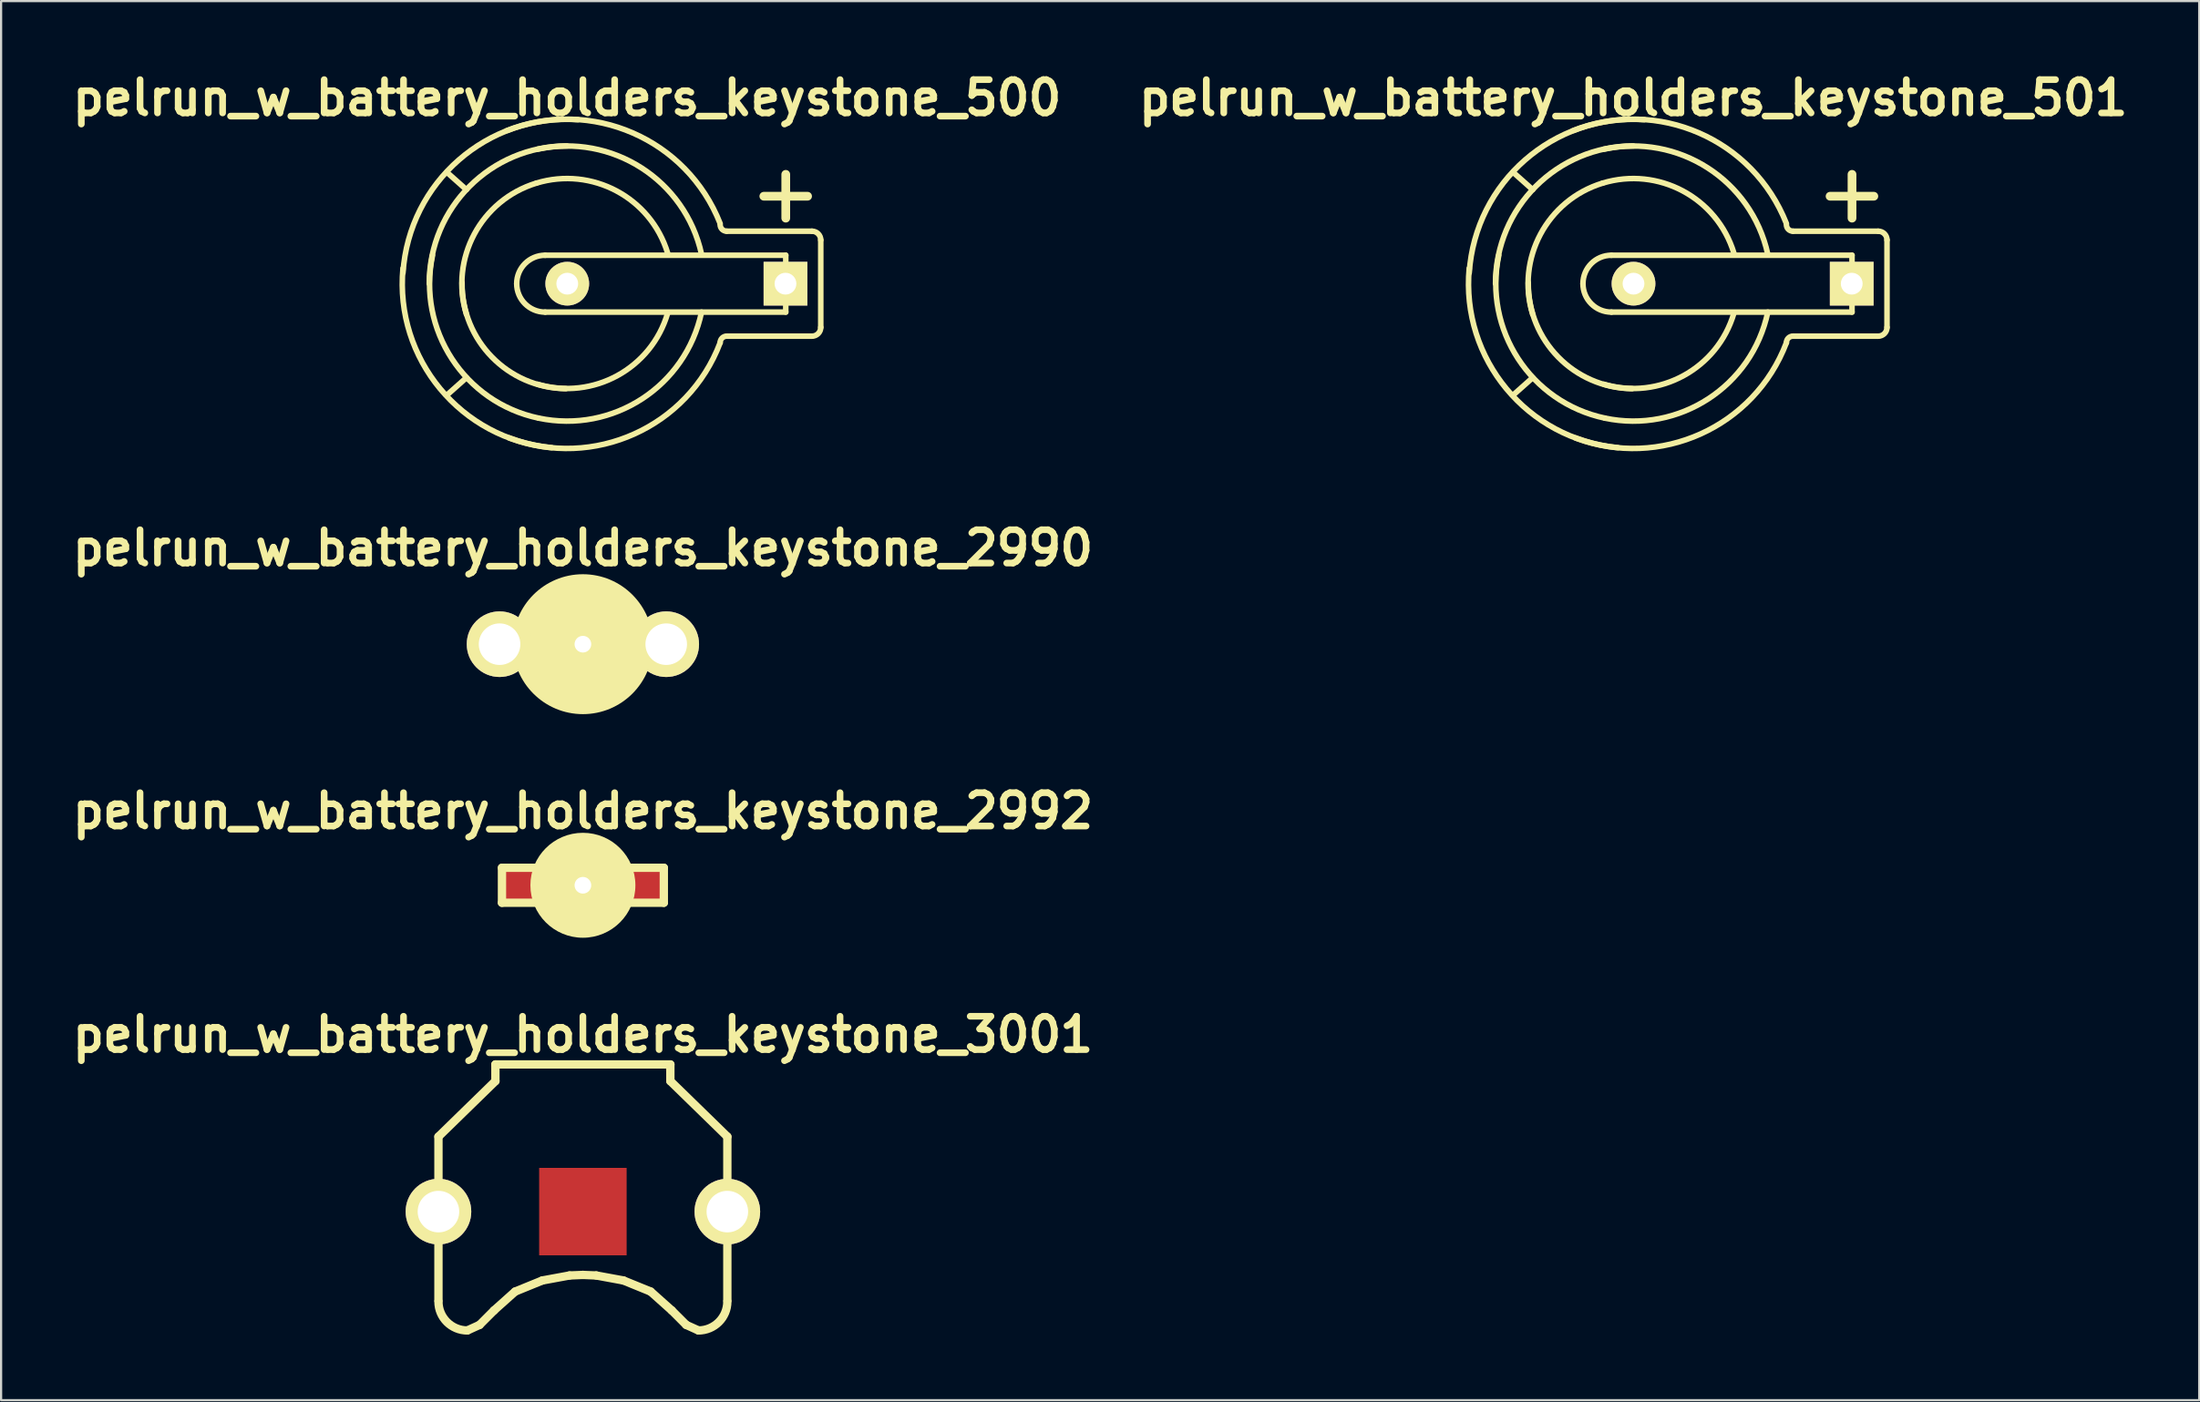
<source format=kicad_pcb>
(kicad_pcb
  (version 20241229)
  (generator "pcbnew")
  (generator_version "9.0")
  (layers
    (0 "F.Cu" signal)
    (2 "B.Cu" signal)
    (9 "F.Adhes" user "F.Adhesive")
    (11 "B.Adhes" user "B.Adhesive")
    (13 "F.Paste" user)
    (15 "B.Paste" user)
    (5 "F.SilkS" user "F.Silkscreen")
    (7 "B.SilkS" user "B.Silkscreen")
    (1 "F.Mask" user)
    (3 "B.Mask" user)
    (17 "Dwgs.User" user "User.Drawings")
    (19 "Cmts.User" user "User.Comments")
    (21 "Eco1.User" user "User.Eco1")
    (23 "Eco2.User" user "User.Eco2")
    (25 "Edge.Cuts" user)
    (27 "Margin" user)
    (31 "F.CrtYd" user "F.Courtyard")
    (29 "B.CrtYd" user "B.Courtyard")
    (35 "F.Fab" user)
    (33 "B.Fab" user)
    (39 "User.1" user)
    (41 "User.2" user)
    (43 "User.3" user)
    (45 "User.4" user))
  (footprint "pelrun_w_battery_holders_keystone_500"
    (layer "F.Cu")
    (at 22.875 9.925)
    (property "Reference" "pelrun_w_battery_holders_keystone_500" (at 0 -8.499 0) (layer "F.SilkS") (effects (font (size 1.524 1.524) (thickness 0.305))))
    (attr through_hole)
    (fp_line (start -5.499 -5.1) (end -4.6 -4.3) (stroke (width 0.254) (type solid)) (layer "F.SilkS"))
    (fp_line (start -5.499 5.1) (end -4.6 4.3) (stroke (width 0.254) (type solid)) (layer "F.SilkS"))
    (fp_line (start -1.001 -1.3) (end 10 -1.3) (stroke (width 0.254) (type solid)) (layer "F.SilkS"))
    (fp_line (start 8.997 -4) (end 10.998 -4) (stroke (width 0.399) (type solid)) (layer "F.SilkS"))
    (fp_line (start 10 -2.997) (end 10 -5.001) (stroke (width 0.399) (type solid)) (layer "F.SilkS"))
    (fp_line (start 10 -1.3) (end 10 1.3) (stroke (width 0.254) (type solid)) (layer "F.SilkS"))
    (fp_line (start 10 1.3) (end -1.001 1.3) (stroke (width 0.254) (type solid)) (layer "F.SilkS"))
    (fp_line (start 11.199 -2.4) (end 7.3 -2.4) (stroke (width 0.254) (type solid)) (layer "F.SilkS"))
    (fp_line (start 11.199 2.4) (end 7.3 2.4) (stroke (width 0.254) (type solid)) (layer "F.SilkS"))
    (fp_line (start 11.6 1.999) (end 11.6 -1.999) (stroke (width 0.254) (type solid)) (layer "F.SilkS"))
    (fp_arc (start -7.50062 -0.50038) (mid -4.949917 -5.657561) (end 0.50038 -7.50062) (stroke (width 0.254) (type solid)) (layer "F.SilkS"))
    (fp_arc (start -6.2992 0) (mid -4.454207 -4.454207) (end 0 -6.2992) (stroke (width 0.254) (type solid)) (layer "F.SilkS"))
    (fp_arc (start -4.59994 1.39954) (mid -4.242273 -2.263025) (end -1.39954 -4.59994) (stroke (width 0.254) (type solid)) (layer "F.SilkS"))
    (fp_arc (start -2.75082 -7.00024) (mid 3.004794 -6.895041) (end 7.00024 -2.75082) (stroke (width 0.254) (type solid)) (layer "F.SilkS"))
    (fp_arc (start -2.30124 0) (mid -1.920338 -0.919578) (end -1.00076 -1.30048) (stroke (width 0.254) (type solid)) (layer "F.SilkS"))
    (fp_arc (start -1.39954 -4.59994) (mid 2.263025 -4.242273) (end 4.59994 -1.39954) (stroke (width 0.254) (type solid)) (layer "F.SilkS"))
    (fp_arc (start -1.34874 -6.14934) (mid 3.394537 -5.301943) (end 6.14934 -1.34874) (stroke (width 0.254) (type solid)) (layer "F.SilkS"))
    (fp_arc (start -1.30048 6.14934) (mid -5.267818 3.428662) (end -6.14934 -1.30048) (stroke (width 0.254) (type solid)) (layer "F.SilkS"))
    (fp_arc (start -1.00076 1.30048) (mid -1.920338 0.919578) (end -2.30124 0) (stroke (width 0.254) (type solid)) (layer "F.SilkS"))
    (fp_arc (start -0.70104 7.50062) (mid -5.799449 4.808029) (end -7.50062 -0.70104) (stroke (width 0.254) (type solid)) (layer "F.SilkS"))
    (fp_arc (start -0.0508 4.8006) (mid -3.430458 3.358616) (end -4.8006 -0.0508) (stroke (width 0.254) (type solid)) (layer "F.SilkS"))
    (fp_arc (start 4.59994 1.34874) (mid 2.298946 4.206352) (end -1.34874 4.59994) (stroke (width 0.254) (type solid)) (layer "F.SilkS"))
    (fp_arc (start 6.14934 1.30048) (mid 3.428662 5.267818) (end -1.30048 6.14934) (stroke (width 0.254) (type solid)) (layer "F.SilkS"))
    (fp_arc (start 7.00024 2.70002) (mid 3.076636 6.873999) (end -2.64922 7.05104) (stroke (width 0.254) (type solid)) (layer "F.SilkS"))
    (fp_arc (start 7.00024 2.70002) (mid 7.088026 2.488086) (end 7.29996 2.4003) (stroke (width 0.254) (type solid)) (layer "F.SilkS"))
    (fp_arc (start 7.29996 -2.4003) (mid 7.088026 -2.488086) (end 7.00024 -2.70002) (stroke (width 0.254) (type solid)) (layer "F.SilkS"))
    (fp_arc (start 11.19886 -2.4003) (mid 11.482636 -2.282756) (end 11.60018 -1.99898) (stroke (width 0.254) (type solid)) (layer "F.SilkS"))
    (fp_arc (start 11.60018 1.99898) (mid 11.482636 2.282756) (end 11.19886 2.4003) (stroke (width 0.254) (type solid)) (layer "F.SilkS"))
    (pad "1" thru_hole rect (at 9.987 0) (size 1.999 1.999) (drill 0.996) (layers "*.Cu" "*.Mask" "F.SilkS"))
    (pad "2" thru_hole circle (at 0.01 0) (size 1.999 1.999) (drill 0.996) (layers "*.Cu" "*.Mask" "F.SilkS")))
  (footprint "pelrun_w_battery_holders_keystone_501"
    (layer "F.Cu")
    (at 71.624 9.925)
    (property "Reference" "pelrun_w_battery_holders_keystone_501" (at 0 -8.499 0) (layer "F.SilkS") (effects (font (size 1.524 1.524) (thickness 0.305))))
    (attr through_hole)
    (fp_line (start -5.499 -5.1) (end -4.6 -4.3) (stroke (width 0.254) (type solid)) (layer "F.SilkS"))
    (fp_line (start -5.499 5.1) (end -4.6 4.3) (stroke (width 0.254) (type solid)) (layer "F.SilkS"))
    (fp_line (start -1.001 -1.3) (end 10 -1.3) (stroke (width 0.254) (type solid)) (layer "F.SilkS"))
    (fp_line (start 8.997 -4) (end 10.998 -4) (stroke (width 0.399) (type solid)) (layer "F.SilkS"))
    (fp_line (start 10 -2.997) (end 10 -5.001) (stroke (width 0.399) (type solid)) (layer "F.SilkS"))
    (fp_line (start 10 -1.3) (end 10 1.3) (stroke (width 0.254) (type solid)) (layer "F.SilkS"))
    (fp_line (start 10 1.3) (end -1.001 1.3) (stroke (width 0.254) (type solid)) (layer "F.SilkS"))
    (fp_line (start 11.199 -2.4) (end 7.3 -2.4) (stroke (width 0.254) (type solid)) (layer "F.SilkS"))
    (fp_line (start 11.199 2.4) (end 7.3 2.4) (stroke (width 0.254) (type solid)) (layer "F.SilkS"))
    (fp_line (start 11.6 1.999) (end 11.6 -1.999) (stroke (width 0.254) (type solid)) (layer "F.SilkS"))
    (fp_arc (start -7.50062 -0.50038) (mid -4.949917 -5.657561) (end 0.50038 -7.50062) (stroke (width 0.254) (type solid)) (layer "F.SilkS"))
    (fp_arc (start -6.2992 0) (mid -4.454207 -4.454207) (end 0 -6.2992) (stroke (width 0.254) (type solid)) (layer "F.SilkS"))
    (fp_arc (start -4.59994 1.39954) (mid -4.242273 -2.263025) (end -1.39954 -4.59994) (stroke (width 0.254) (type solid)) (layer "F.SilkS"))
    (fp_arc (start -2.75082 -7.00024) (mid 3.004794 -6.895041) (end 7.00024 -2.75082) (stroke (width 0.254) (type solid)) (layer "F.SilkS"))
    (fp_arc (start -2.30124 0) (mid -1.920338 -0.919578) (end -1.00076 -1.30048) (stroke (width 0.254) (type solid)) (layer "F.SilkS"))
    (fp_arc (start -1.39954 -4.59994) (mid 2.263025 -4.242273) (end 4.59994 -1.39954) (stroke (width 0.254) (type solid)) (layer "F.SilkS"))
    (fp_arc (start -1.34874 -6.14934) (mid 3.394537 -5.301943) (end 6.14934 -1.34874) (stroke (width 0.254) (type solid)) (layer "F.SilkS"))
    (fp_arc (start -1.30048 6.14934) (mid -5.267818 3.428662) (end -6.14934 -1.30048) (stroke (width 0.254) (type solid)) (layer "F.SilkS"))
    (fp_arc (start -1.00076 1.30048) (mid -1.920338 0.919578) (end -2.30124 0) (stroke (width 0.254) (type solid)) (layer "F.SilkS"))
    (fp_arc (start -0.70104 7.50062) (mid -5.799449 4.808029) (end -7.50062 -0.70104) (stroke (width 0.254) (type solid)) (layer "F.SilkS"))
    (fp_arc (start -0.0508 4.8006) (mid -3.430458 3.358616) (end -4.8006 -0.0508) (stroke (width 0.254) (type solid)) (layer "F.SilkS"))
    (fp_arc (start 4.59994 1.34874) (mid 2.298946 4.206352) (end -1.34874 4.59994) (stroke (width 0.254) (type solid)) (layer "F.SilkS"))
    (fp_arc (start 6.14934 1.30048) (mid 3.428662 5.267818) (end -1.30048 6.14934) (stroke (width 0.254) (type solid)) (layer "F.SilkS"))
    (fp_arc (start 7.00024 2.70002) (mid 3.076636 6.873999) (end -2.64922 7.05104) (stroke (width 0.254) (type solid)) (layer "F.SilkS"))
    (fp_arc (start 7.00024 2.70002) (mid 7.088026 2.488086) (end 7.29996 2.4003) (stroke (width 0.254) (type solid)) (layer "F.SilkS"))
    (fp_arc (start 7.29996 -2.4003) (mid 7.088026 -2.488086) (end 7.00024 -2.70002) (stroke (width 0.254) (type solid)) (layer "F.SilkS"))
    (fp_arc (start 11.19886 -2.4003) (mid 11.482636 -2.282756) (end 11.60018 -1.99898) (stroke (width 0.254) (type solid)) (layer "F.SilkS"))
    (fp_arc (start 11.60018 1.99898) (mid 11.482636 2.282756) (end 11.19886 2.4003) (stroke (width 0.254) (type solid)) (layer "F.SilkS"))
    (pad "1" thru_hole rect (at 9.987 0) (size 1.999 1.999) (drill 0.996) (layers "*.Cu" "*.Mask" "F.SilkS"))
    (pad "2" thru_hole circle (at 0.01 0) (size 1.999 1.999) (drill 0.996) (layers "*.Cu" "*.Mask" "F.SilkS")))
  (footprint "pelrun_w_battery_holders_keystone_2992"
    (layer "F.Cu")
    (at 23.6 37.441)
    (property "Reference" "pelrun_w_battery_holders_keystone_2992" (at 0 -3.4 0) (layer "F.SilkS") (effects (font (size 1.524 1.524) (thickness 0.305))))
    (attr through_hole)
    (fp_line (start -3.7 -0.8) (end -3.7 0.8) (stroke (width 0.381) (type solid)) (layer "F.SilkS"))
    (fp_line (start -3.7 -0.8) (end -2 -0.8) (stroke (width 0.381) (type solid)) (layer "F.SilkS"))
    (fp_line (start -3.7 0.8) (end -2 0.8) (stroke (width 0.381) (type solid)) (layer "F.SilkS"))
    (fp_line (start 3.7 -0.8) (end 2 -0.8) (stroke (width 0.381) (type solid)) (layer "F.SilkS"))
    (fp_line (start 3.7 -0.8) (end 3.7 0.8) (stroke (width 0.381) (type solid)) (layer "F.SilkS"))
    (fp_line (start 3.7 0.8) (end 2 0.8) (stroke (width 0.381) (type solid)) (layer "F.SilkS"))
    (pad "" np_thru_hole circle (at 0 0) (size 4.8 4.8) (drill 0.762) (layers "F.SilkS"))
    (pad "1" smd rect (at -2.9 0) (size 1.8 1.8) (layers "F.Cu" "F.Mask" "F.Paste"))
    (pad "1" smd rect (at 2.9 0) (size 1.8 1.8) (layers "F.Cu" "F.Mask" "F.Paste")))
  (footprint "pelrun_w_battery_holders_keystone_3001"
    (layer "F.Cu")
    (at 23.6 52.367)
    (property "Reference" "pelrun_w_battery_holders_keystone_3001" (at 0 -8.1 0) (layer "F.SilkS") (effects (font (size 1.524 1.524) (thickness 0.305))))
    (attr through_hole)
    (fp_line (start -6.604 -3.429) (end -6.604 4.064) (stroke (width 0.381) (type solid)) (layer "F.SilkS"))
    (fp_line (start -5.283 5.436) (end -4.724 5.182) (stroke (width 0.381) (type solid)) (layer "F.SilkS"))
    (fp_line (start -4.064 4.521) (end -4.724 5.182) (stroke (width 0.381) (type solid)) (layer "F.SilkS"))
    (fp_line (start -4 -6.731) (end -4 -5.969) (stroke (width 0.381) (type solid)) (layer "F.SilkS"))
    (fp_line (start -4 -6.731) (end 4 -6.731) (stroke (width 0.381) (type solid)) (layer "F.SilkS"))
    (fp_line (start -4 -5.969) (end -6.604 -3.429) (stroke (width 0.381) (type solid)) (layer "F.SilkS"))
    (fp_line (start -3.099 3.658) (end -4.064 4.521) (stroke (width 0.381) (type solid)) (layer "F.SilkS"))
    (fp_line (start -3.099 3.658) (end -1.854 3.15) (stroke (width 0.381) (type solid)) (layer "F.SilkS"))
    (fp_line (start -1.854 3.15) (end -0.61 2.921) (stroke (width 0.381) (type solid)) (layer "F.SilkS"))
    (fp_line (start -0.61 2.921) (end 0 2.896) (stroke (width 0.381) (type solid)) (layer "F.SilkS"))
    (fp_line (start 0 2.896) (end 0.61 2.921) (stroke (width 0.381) (type solid)) (layer "F.SilkS"))
    (fp_line (start 0.61 2.921) (end 1.854 3.15) (stroke (width 0.381) (type solid)) (layer "F.SilkS"))
    (fp_line (start 1.854 3.15) (end 3.099 3.658) (stroke (width 0.381) (type solid)) (layer "F.SilkS"))
    (fp_line (start 3.099 3.658) (end 4.064 4.521) (stroke (width 0.381) (type solid)) (layer "F.SilkS"))
    (fp_line (start 3.999 -6.731) (end 3.999 -5.969) (stroke (width 0.381) (type solid)) (layer "F.SilkS"))
    (fp_line (start 4 -5.969) (end 6.604 -3.429) (stroke (width 0.381) (type solid)) (layer "F.SilkS"))
    (fp_line (start 4.064 4.521) (end 4.724 5.182) (stroke (width 0.381) (type solid)) (layer "F.SilkS"))
    (fp_line (start 4.724 5.182) (end 5.283 5.436) (stroke (width 0.381) (type solid)) (layer "F.SilkS"))
    (fp_line (start 6.604 -3.429) (end 6.604 4.064) (stroke (width 0.381) (type solid)) (layer "F.SilkS"))
    (fp_arc (start -5.2832 5.4356) (mid -6.217147 5.048747) (end -6.604 4.1148) (stroke (width 0.381) (type solid)) (layer "F.SilkS"))
    (fp_arc (start 6.604 4.1148) (mid 6.217147 5.048747) (end 5.2832 5.4356) (stroke (width 0.381) (type solid)) (layer "F.SilkS"))
    (pad "1" thru_hole circle (at -6.604 0) (size 3 3) (drill 1.9) (layers "*.Cu" "*.Mask" "F.SilkS"))
    (pad "1" thru_hole circle (at 6.604 0) (size 3 3) (drill 1.9) (layers "*.Cu" "*.Mask" "F.SilkS"))
    (pad "2" smd rect (at 0 0) (size 4 4) (layers "F.Cu" "F.Mask" "F.Paste")))
  (footprint "pelrun_w_battery_holders_keystone_2990"
    (layer "F.Cu")
    (at 23.6 26.414)
    (property "Reference" "pelrun_w_battery_holders_keystone_2990" (at 0 -4.4 0) (layer "F.SilkS") (effects (font (size 1.524 1.524) (thickness 0.305))))
    (attr through_hole)
    (fp_line (start -4.7 -0.8) (end -4.7 0.8) (stroke (width 0.381) (type solid)) (layer "F.SilkS"))
    (fp_line (start -4.7 -0.8) (end -3 -0.8) (stroke (width 0.381) (type solid)) (layer "F.SilkS"))
    (fp_line (start -4.7 0.8) (end -3 0.8) (stroke (width 0.381) (type solid)) (layer "F.SilkS"))
    (fp_line (start 4.7 -0.8) (end 3 -0.8) (stroke (width 0.381) (type solid)) (layer "F.SilkS"))
    (fp_line (start 4.7 -0.8) (end 4.7 0.8) (stroke (width 0.381) (type solid)) (layer "F.SilkS"))
    (fp_line (start 4.7 0.8) (end 3 0.8) (stroke (width 0.381) (type solid)) (layer "F.SilkS"))
    (pad "" np_thru_hole circle (at 0 0) (size 6.4 6.4) (drill 0.762) (layers "F.SilkS"))
    (pad "1" thru_hole circle (at -3.81 0) (size 3 3) (drill 1.9) (layers "*.Cu" "*.Mask" "F.SilkS"))
    (pad "1" thru_hole circle (at 3.81 0) (size 3 3) (drill 1.9) (layers "*.Cu" "*.Mask" "F.SilkS")))
  (gr_rect
    (start -3 -3)
    (end 97.498 60.993)
    (stroke (width 0.1) (type default))
    (fill no)
    (layer "Edge.Cuts")))
</source>
